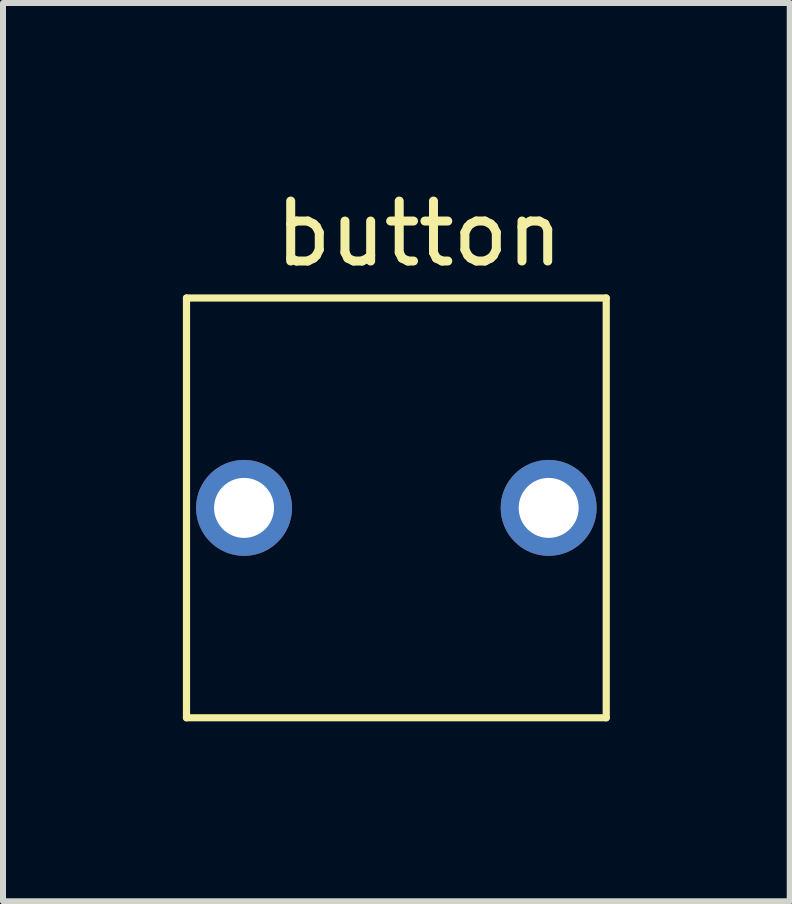
<source format=kicad_pcb>
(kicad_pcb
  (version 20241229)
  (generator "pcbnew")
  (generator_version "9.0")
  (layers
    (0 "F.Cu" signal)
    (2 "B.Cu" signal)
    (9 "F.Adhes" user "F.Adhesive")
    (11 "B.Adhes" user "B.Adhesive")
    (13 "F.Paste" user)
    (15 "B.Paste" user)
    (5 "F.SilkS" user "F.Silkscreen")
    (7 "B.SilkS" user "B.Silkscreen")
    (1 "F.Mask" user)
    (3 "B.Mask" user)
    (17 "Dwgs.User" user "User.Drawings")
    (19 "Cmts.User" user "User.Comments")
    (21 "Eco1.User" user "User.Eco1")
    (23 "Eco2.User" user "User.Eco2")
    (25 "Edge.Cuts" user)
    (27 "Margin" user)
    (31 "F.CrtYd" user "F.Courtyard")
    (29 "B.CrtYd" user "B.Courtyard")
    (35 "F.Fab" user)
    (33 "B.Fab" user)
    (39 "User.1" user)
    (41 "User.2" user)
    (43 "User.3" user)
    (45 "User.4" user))
  (footprint "button"
    (layer "F.Cu")
    (at 3.56 5.42)
    (property "Reference" "button" (at 0.381 -4.572 0) (layer "F.SilkS") (effects (font (size 1 1) (thickness 0.15))))
    (attr through_hole)
    (fp_line (start -3.5 -3.5) (end 3.5 -3.5) (stroke (width 0.12) (type solid)) (layer "F.SilkS"))
    (fp_line (start -3.5 3.5) (end -3.5 -3.5) (stroke (width 0.12) (type solid)) (layer "F.SilkS"))
    (fp_line (start 3.5 -3.5) (end 3.5 3.5) (stroke (width 0.12) (type solid)) (layer "F.SilkS"))
    (fp_line (start 3.5 3.5) (end -3.5 3.5) (stroke (width 0.12) (type solid)) (layer "F.SilkS"))
    (pad "1" thru_hole circle (at -2.54 0) (size 1.6 1.6) (drill 1) (layers "*.Cu" "*.Mask"))
    (pad "2" thru_hole circle (at 2.54 0) (size 1.6 1.6) (drill 1) (layers "*.Cu" "*.Mask")))
  (gr_rect
    (start -3 -3)
    (end 10.12 11.98)
    (stroke (width 0.1) (type default))
    (fill no)
    (layer "Edge.Cuts")))
</source>
